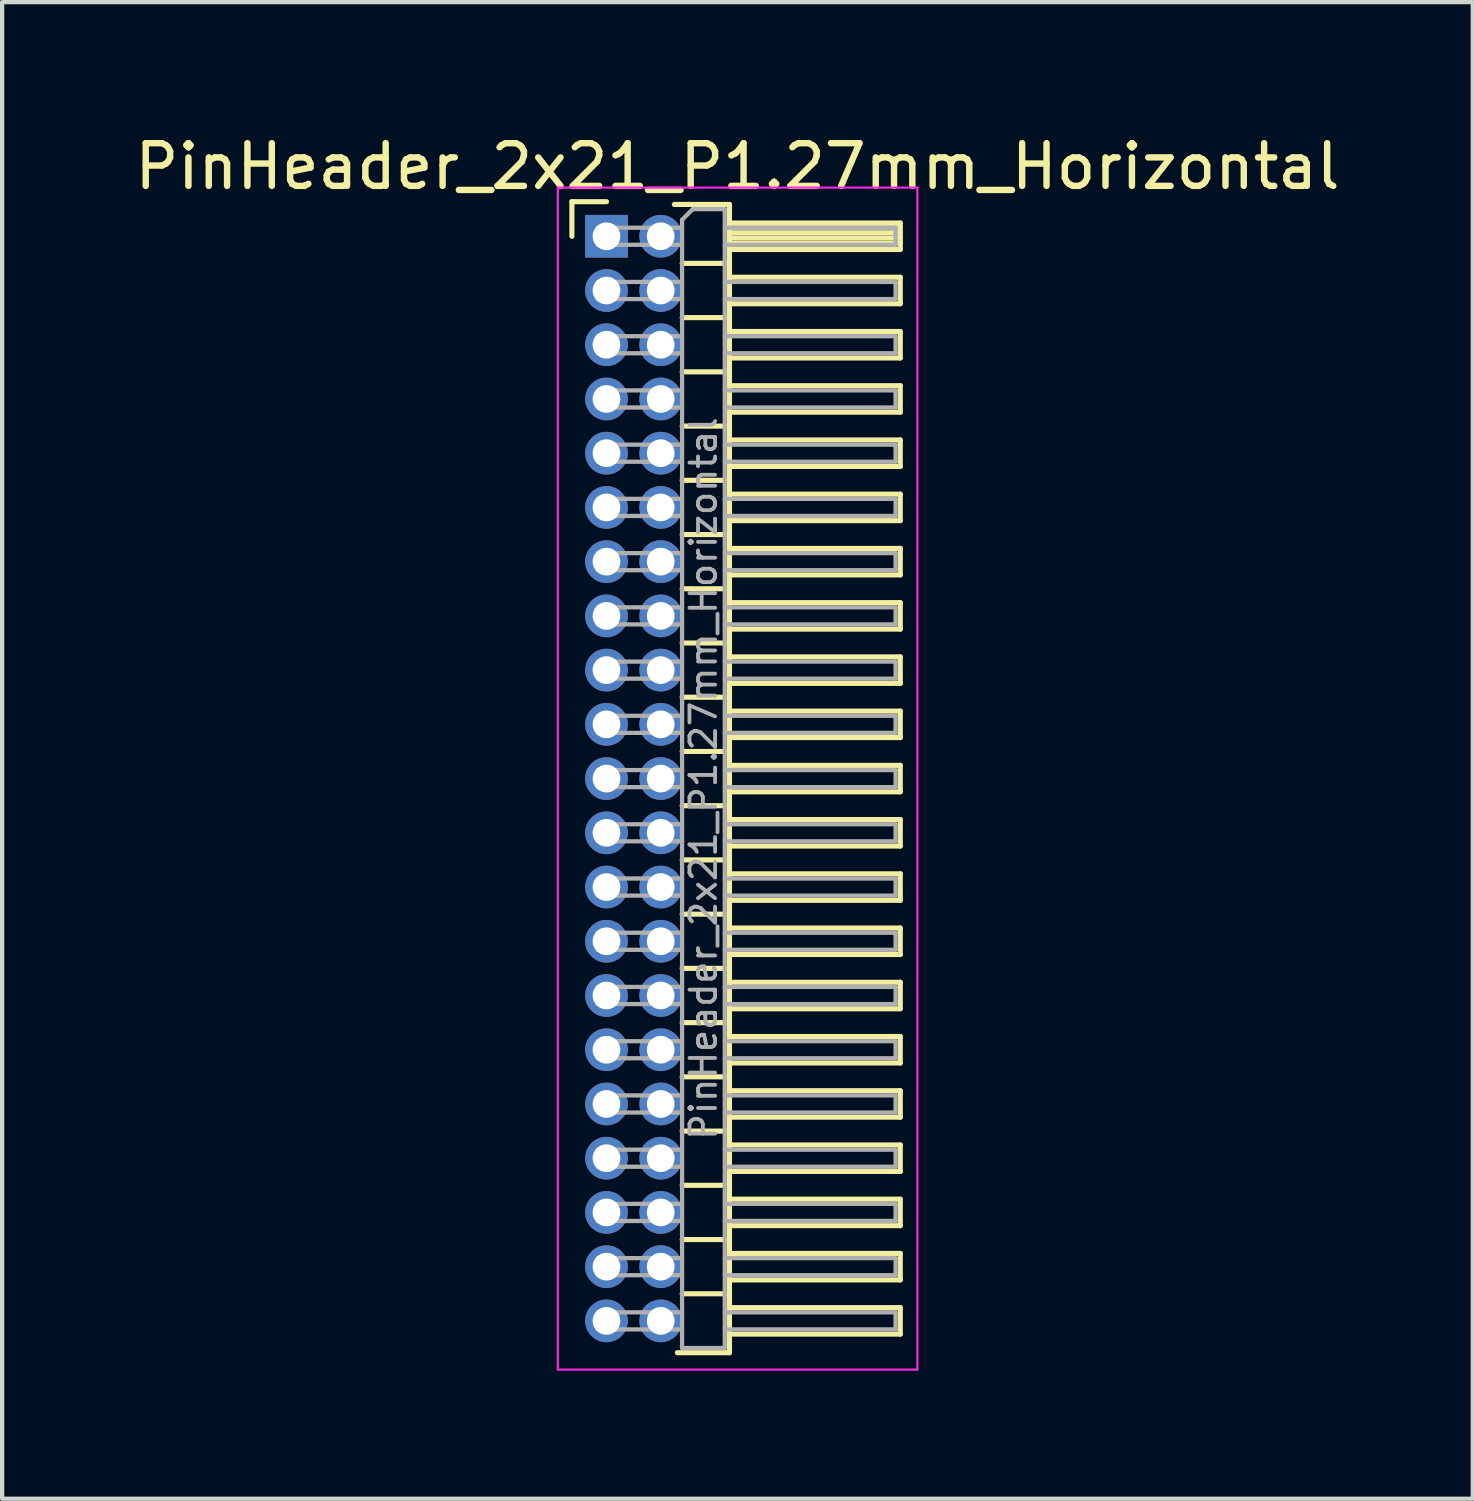
<source format=kicad_pcb>
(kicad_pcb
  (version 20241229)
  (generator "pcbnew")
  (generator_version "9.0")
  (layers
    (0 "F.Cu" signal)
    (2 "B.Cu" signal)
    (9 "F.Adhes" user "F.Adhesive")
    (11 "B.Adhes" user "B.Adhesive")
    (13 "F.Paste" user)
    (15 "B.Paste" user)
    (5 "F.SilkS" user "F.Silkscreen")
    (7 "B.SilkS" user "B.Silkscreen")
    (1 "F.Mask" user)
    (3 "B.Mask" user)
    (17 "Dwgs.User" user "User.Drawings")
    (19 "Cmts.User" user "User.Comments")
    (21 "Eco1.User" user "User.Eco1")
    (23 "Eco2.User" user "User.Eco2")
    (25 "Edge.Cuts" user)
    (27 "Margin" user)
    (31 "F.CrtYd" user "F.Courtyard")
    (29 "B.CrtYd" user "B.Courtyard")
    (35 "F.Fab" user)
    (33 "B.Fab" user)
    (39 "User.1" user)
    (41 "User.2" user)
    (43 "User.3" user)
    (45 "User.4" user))
  (footprint "PinHeader_2x21_P1.27mm_Horizontal"
    (layer "F.Cu")
    (at 11.153 2.483)
    (property "Reference" "PinHeader_2x21_P1.27mm_Horizontal" (at 3.067 -1.635 0) (layer "F.SilkS") (effects (font (size 1 1) (thickness 0.15))))
    (attr through_hole)
    (fp_line (start -0.81 -0.81) (end 0 -0.81) (stroke (width 0.12) (type solid)) (layer "F.SilkS"))
    (fp_line (start -0.81 0) (end -0.81 -0.81) (stroke (width 0.12) (type solid)) (layer "F.SilkS"))
    (fp_line (start 1.588 -0.745) (end 2.88 -0.745) (stroke (width 0.12) (type solid)) (layer "F.SilkS"))
    (fp_line (start 1.773 0.635) (end 2.88 0.635) (stroke (width 0.12) (type solid)) (layer "F.SilkS"))
    (fp_line (start 1.773 1.905) (end 2.88 1.905) (stroke (width 0.12) (type solid)) (layer "F.SilkS"))
    (fp_line (start 1.773 3.175) (end 2.88 3.175) (stroke (width 0.12) (type solid)) (layer "F.SilkS"))
    (fp_line (start 1.773 4.445) (end 2.88 4.445) (stroke (width 0.12) (type solid)) (layer "F.SilkS"))
    (fp_line (start 1.773 5.715) (end 2.88 5.715) (stroke (width 0.12) (type solid)) (layer "F.SilkS"))
    (fp_line (start 1.773 6.985) (end 2.88 6.985) (stroke (width 0.12) (type solid)) (layer "F.SilkS"))
    (fp_line (start 1.773 8.255) (end 2.88 8.255) (stroke (width 0.12) (type solid)) (layer "F.SilkS"))
    (fp_line (start 1.773 9.525) (end 2.88 9.525) (stroke (width 0.12) (type solid)) (layer "F.SilkS"))
    (fp_line (start 1.773 10.795) (end 2.88 10.795) (stroke (width 0.12) (type solid)) (layer "F.SilkS"))
    (fp_line (start 1.773 12.065) (end 2.88 12.065) (stroke (width 0.12) (type solid)) (layer "F.SilkS"))
    (fp_line (start 1.773 13.335) (end 2.88 13.335) (stroke (width 0.12) (type solid)) (layer "F.SilkS"))
    (fp_line (start 1.773 14.605) (end 2.88 14.605) (stroke (width 0.12) (type solid)) (layer "F.SilkS"))
    (fp_line (start 1.773 15.875) (end 2.88 15.875) (stroke (width 0.12) (type solid)) (layer "F.SilkS"))
    (fp_line (start 1.773 17.145) (end 2.88 17.145) (stroke (width 0.12) (type solid)) (layer "F.SilkS"))
    (fp_line (start 1.773 18.415) (end 2.88 18.415) (stroke (width 0.12) (type solid)) (layer "F.SilkS"))
    (fp_line (start 1.773 19.685) (end 2.88 19.685) (stroke (width 0.12) (type solid)) (layer "F.SilkS"))
    (fp_line (start 1.773 20.955) (end 2.88 20.955) (stroke (width 0.12) (type solid)) (layer "F.SilkS"))
    (fp_line (start 1.773 22.225) (end 2.88 22.225) (stroke (width 0.12) (type solid)) (layer "F.SilkS"))
    (fp_line (start 1.773 23.495) (end 2.88 23.495) (stroke (width 0.12) (type solid)) (layer "F.SilkS"))
    (fp_line (start 1.773 24.765) (end 2.88 24.765) (stroke (width 0.12) (type solid)) (layer "F.SilkS"))
    (fp_line (start 2.88 -0.745) (end 2.88 26.145) (stroke (width 0.12) (type solid)) (layer "F.SilkS"))
    (fp_line (start 2.88 -0.31) (end 6.88 -0.31) (stroke (width 0.12) (type solid)) (layer "F.SilkS"))
    (fp_line (start 2.88 -0.2) (end 6.88 -0.2) (stroke (width 0.12) (type solid)) (layer "F.SilkS"))
    (fp_line (start 2.88 -0.08) (end 6.88 -0.08) (stroke (width 0.12) (type solid)) (layer "F.SilkS"))
    (fp_line (start 2.88 0.04) (end 6.88 0.04) (stroke (width 0.12) (type solid)) (layer "F.SilkS"))
    (fp_line (start 2.88 0.16) (end 6.88 0.16) (stroke (width 0.12) (type solid)) (layer "F.SilkS"))
    (fp_line (start 2.88 0.96) (end 6.88 0.96) (stroke (width 0.12) (type solid)) (layer "F.SilkS"))
    (fp_line (start 2.88 2.23) (end 6.88 2.23) (stroke (width 0.12) (type solid)) (layer "F.SilkS"))
    (fp_line (start 2.88 3.5) (end 6.88 3.5) (stroke (width 0.12) (type solid)) (layer "F.SilkS"))
    (fp_line (start 2.88 4.77) (end 6.88 4.77) (stroke (width 0.12) (type solid)) (layer "F.SilkS"))
    (fp_line (start 2.88 6.04) (end 6.88 6.04) (stroke (width 0.12) (type solid)) (layer "F.SilkS"))
    (fp_line (start 2.88 7.31) (end 6.88 7.31) (stroke (width 0.12) (type solid)) (layer "F.SilkS"))
    (fp_line (start 2.88 8.58) (end 6.88 8.58) (stroke (width 0.12) (type solid)) (layer "F.SilkS"))
    (fp_line (start 2.88 9.85) (end 6.88 9.85) (stroke (width 0.12) (type solid)) (layer "F.SilkS"))
    (fp_line (start 2.88 11.12) (end 6.88 11.12) (stroke (width 0.12) (type solid)) (layer "F.SilkS"))
    (fp_line (start 2.88 12.39) (end 6.88 12.39) (stroke (width 0.12) (type solid)) (layer "F.SilkS"))
    (fp_line (start 2.88 13.66) (end 6.88 13.66) (stroke (width 0.12) (type solid)) (layer "F.SilkS"))
    (fp_line (start 2.88 14.93) (end 6.88 14.93) (stroke (width 0.12) (type solid)) (layer "F.SilkS"))
    (fp_line (start 2.88 16.2) (end 6.88 16.2) (stroke (width 0.12) (type solid)) (layer "F.SilkS"))
    (fp_line (start 2.88 17.47) (end 6.88 17.47) (stroke (width 0.12) (type solid)) (layer "F.SilkS"))
    (fp_line (start 2.88 18.74) (end 6.88 18.74) (stroke (width 0.12) (type solid)) (layer "F.SilkS"))
    (fp_line (start 2.88 20.01) (end 6.88 20.01) (stroke (width 0.12) (type solid)) (layer "F.SilkS"))
    (fp_line (start 2.88 21.28) (end 6.88 21.28) (stroke (width 0.12) (type solid)) (layer "F.SilkS"))
    (fp_line (start 2.88 22.55) (end 6.88 22.55) (stroke (width 0.12) (type solid)) (layer "F.SilkS"))
    (fp_line (start 2.88 23.82) (end 6.88 23.82) (stroke (width 0.12) (type solid)) (layer "F.SilkS"))
    (fp_line (start 2.88 25.09) (end 6.88 25.09) (stroke (width 0.12) (type solid)) (layer "F.SilkS"))
    (fp_line (start 2.88 26.145) (end 1.66 26.145) (stroke (width 0.12) (type solid)) (layer "F.SilkS"))
    (fp_line (start 6.88 -0.31) (end 6.88 0.31) (stroke (width 0.12) (type solid)) (layer "F.SilkS"))
    (fp_line (start 6.88 0.31) (end 2.88 0.31) (stroke (width 0.12) (type solid)) (layer "F.SilkS"))
    (fp_line (start 6.88 0.96) (end 6.88 1.58) (stroke (width 0.12) (type solid)) (layer "F.SilkS"))
    (fp_line (start 6.88 1.58) (end 2.88 1.58) (stroke (width 0.12) (type solid)) (layer "F.SilkS"))
    (fp_line (start 6.88 2.23) (end 6.88 2.85) (stroke (width 0.12) (type solid)) (layer "F.SilkS"))
    (fp_line (start 6.88 2.85) (end 2.88 2.85) (stroke (width 0.12) (type solid)) (layer "F.SilkS"))
    (fp_line (start 6.88 3.5) (end 6.88 4.12) (stroke (width 0.12) (type solid)) (layer "F.SilkS"))
    (fp_line (start 6.88 4.12) (end 2.88 4.12) (stroke (width 0.12) (type solid)) (layer "F.SilkS"))
    (fp_line (start 6.88 4.77) (end 6.88 5.39) (stroke (width 0.12) (type solid)) (layer "F.SilkS"))
    (fp_line (start 6.88 5.39) (end 2.88 5.39) (stroke (width 0.12) (type solid)) (layer "F.SilkS"))
    (fp_line (start 6.88 6.04) (end 6.88 6.66) (stroke (width 0.12) (type solid)) (layer "F.SilkS"))
    (fp_line (start 6.88 6.66) (end 2.88 6.66) (stroke (width 0.12) (type solid)) (layer "F.SilkS"))
    (fp_line (start 6.88 7.31) (end 6.88 7.93) (stroke (width 0.12) (type solid)) (layer "F.SilkS"))
    (fp_line (start 6.88 7.93) (end 2.88 7.93) (stroke (width 0.12) (type solid)) (layer "F.SilkS"))
    (fp_line (start 6.88 8.58) (end 6.88 9.2) (stroke (width 0.12) (type solid)) (layer "F.SilkS"))
    (fp_line (start 6.88 9.2) (end 2.88 9.2) (stroke (width 0.12) (type solid)) (layer "F.SilkS"))
    (fp_line (start 6.88 9.85) (end 6.88 10.47) (stroke (width 0.12) (type solid)) (layer "F.SilkS"))
    (fp_line (start 6.88 10.47) (end 2.88 10.47) (stroke (width 0.12) (type solid)) (layer "F.SilkS"))
    (fp_line (start 6.88 11.12) (end 6.88 11.74) (stroke (width 0.12) (type solid)) (layer "F.SilkS"))
    (fp_line (start 6.88 11.74) (end 2.88 11.74) (stroke (width 0.12) (type solid)) (layer "F.SilkS"))
    (fp_line (start 6.88 12.39) (end 6.88 13.01) (stroke (width 0.12) (type solid)) (layer "F.SilkS"))
    (fp_line (start 6.88 13.01) (end 2.88 13.01) (stroke (width 0.12) (type solid)) (layer "F.SilkS"))
    (fp_line (start 6.88 13.66) (end 6.88 14.28) (stroke (width 0.12) (type solid)) (layer "F.SilkS"))
    (fp_line (start 6.88 14.28) (end 2.88 14.28) (stroke (width 0.12) (type solid)) (layer "F.SilkS"))
    (fp_line (start 6.88 14.93) (end 6.88 15.55) (stroke (width 0.12) (type solid)) (layer "F.SilkS"))
    (fp_line (start 6.88 15.55) (end 2.88 15.55) (stroke (width 0.12) (type solid)) (layer "F.SilkS"))
    (fp_line (start 6.88 16.2) (end 6.88 16.82) (stroke (width 0.12) (type solid)) (layer "F.SilkS"))
    (fp_line (start 6.88 16.82) (end 2.88 16.82) (stroke (width 0.12) (type solid)) (layer "F.SilkS"))
    (fp_line (start 6.88 17.47) (end 6.88 18.09) (stroke (width 0.12) (type solid)) (layer "F.SilkS"))
    (fp_line (start 6.88 18.09) (end 2.88 18.09) (stroke (width 0.12) (type solid)) (layer "F.SilkS"))
    (fp_line (start 6.88 18.74) (end 6.88 19.36) (stroke (width 0.12) (type solid)) (layer "F.SilkS"))
    (fp_line (start 6.88 19.36) (end 2.88 19.36) (stroke (width 0.12) (type solid)) (layer "F.SilkS"))
    (fp_line (start 6.88 20.01) (end 6.88 20.63) (stroke (width 0.12) (type solid)) (layer "F.SilkS"))
    (fp_line (start 6.88 20.63) (end 2.88 20.63) (stroke (width 0.12) (type solid)) (layer "F.SilkS"))
    (fp_line (start 6.88 21.28) (end 6.88 21.9) (stroke (width 0.12) (type solid)) (layer "F.SilkS"))
    (fp_line (start 6.88 21.9) (end 2.88 21.9) (stroke (width 0.12) (type solid)) (layer "F.SilkS"))
    (fp_line (start 6.88 22.55) (end 6.88 23.17) (stroke (width 0.12) (type solid)) (layer "F.SilkS"))
    (fp_line (start 6.88 23.17) (end 2.88 23.17) (stroke (width 0.12) (type solid)) (layer "F.SilkS"))
    (fp_line (start 6.88 23.82) (end 6.88 24.44) (stroke (width 0.12) (type solid)) (layer "F.SilkS"))
    (fp_line (start 6.88 24.44) (end 2.88 24.44) (stroke (width 0.12) (type solid)) (layer "F.SilkS"))
    (fp_line (start 6.88 25.09) (end 6.88 25.71) (stroke (width 0.12) (type solid)) (layer "F.SilkS"))
    (fp_line (start 6.88 25.71) (end 2.88 25.71) (stroke (width 0.12) (type solid)) (layer "F.SilkS"))
    (fp_line (start -1.14 -1.14) (end -1.14 26.54) (stroke (width 0.05) (type solid)) (layer "F.CrtYd"))
    (fp_line (start -1.14 26.54) (end 7.28 26.54) (stroke (width 0.05) (type solid)) (layer "F.CrtYd"))
    (fp_line (start 7.28 -1.14) (end -1.14 -1.14) (stroke (width 0.05) (type solid)) (layer "F.CrtYd"))
    (fp_line (start 7.28 26.54) (end 7.28 -1.14) (stroke (width 0.05) (type solid)) (layer "F.CrtYd"))
    (fp_line (start -0.2 -0.2) (end -0.2 0.2) (stroke (width 0.1) (type solid)) (layer "F.Fab"))
    (fp_line (start -0.2 -0.2) (end 1.77 -0.2) (stroke (width 0.1) (type solid)) (layer "F.Fab"))
    (fp_line (start -0.2 0.2) (end 1.77 0.2) (stroke (width 0.1) (type solid)) (layer "F.Fab"))
    (fp_line (start -0.2 1.07) (end -0.2 1.47) (stroke (width 0.1) (type solid)) (layer "F.Fab"))
    (fp_line (start -0.2 1.07) (end 1.77 1.07) (stroke (width 0.1) (type solid)) (layer "F.Fab"))
    (fp_line (start -0.2 1.47) (end 1.77 1.47) (stroke (width 0.1) (type solid)) (layer "F.Fab"))
    (fp_line (start -0.2 2.34) (end -0.2 2.74) (stroke (width 0.1) (type solid)) (layer "F.Fab"))
    (fp_line (start -0.2 2.34) (end 1.77 2.34) (stroke (width 0.1) (type solid)) (layer "F.Fab"))
    (fp_line (start -0.2 2.74) (end 1.77 2.74) (stroke (width 0.1) (type solid)) (layer "F.Fab"))
    (fp_line (start -0.2 3.61) (end -0.2 4.01) (stroke (width 0.1) (type solid)) (layer "F.Fab"))
    (fp_line (start -0.2 3.61) (end 1.77 3.61) (stroke (width 0.1) (type solid)) (layer "F.Fab"))
    (fp_line (start -0.2 4.01) (end 1.77 4.01) (stroke (width 0.1) (type solid)) (layer "F.Fab"))
    (fp_line (start -0.2 4.88) (end -0.2 5.28) (stroke (width 0.1) (type solid)) (layer "F.Fab"))
    (fp_line (start -0.2 4.88) (end 1.77 4.88) (stroke (width 0.1) (type solid)) (layer "F.Fab"))
    (fp_line (start -0.2 5.28) (end 1.77 5.28) (stroke (width 0.1) (type solid)) (layer "F.Fab"))
    (fp_line (start -0.2 6.15) (end -0.2 6.55) (stroke (width 0.1) (type solid)) (layer "F.Fab"))
    (fp_line (start -0.2 6.15) (end 1.77 6.15) (stroke (width 0.1) (type solid)) (layer "F.Fab"))
    (fp_line (start -0.2 6.55) (end 1.77 6.55) (stroke (width 0.1) (type solid)) (layer "F.Fab"))
    (fp_line (start -0.2 7.42) (end -0.2 7.82) (stroke (width 0.1) (type solid)) (layer "F.Fab"))
    (fp_line (start -0.2 7.42) (end 1.77 7.42) (stroke (width 0.1) (type solid)) (layer "F.Fab"))
    (fp_line (start -0.2 7.82) (end 1.77 7.82) (stroke (width 0.1) (type solid)) (layer "F.Fab"))
    (fp_line (start -0.2 8.69) (end -0.2 9.09) (stroke (width 0.1) (type solid)) (layer "F.Fab"))
    (fp_line (start -0.2 8.69) (end 1.77 8.69) (stroke (width 0.1) (type solid)) (layer "F.Fab"))
    (fp_line (start -0.2 9.09) (end 1.77 9.09) (stroke (width 0.1) (type solid)) (layer "F.Fab"))
    (fp_line (start -0.2 9.96) (end -0.2 10.36) (stroke (width 0.1) (type solid)) (layer "F.Fab"))
    (fp_line (start -0.2 9.96) (end 1.77 9.96) (stroke (width 0.1) (type solid)) (layer "F.Fab"))
    (fp_line (start -0.2 10.36) (end 1.77 10.36) (stroke (width 0.1) (type solid)) (layer "F.Fab"))
    (fp_line (start -0.2 11.23) (end -0.2 11.63) (stroke (width 0.1) (type solid)) (layer "F.Fab"))
    (fp_line (start -0.2 11.23) (end 1.77 11.23) (stroke (width 0.1) (type solid)) (layer "F.Fab"))
    (fp_line (start -0.2 11.63) (end 1.77 11.63) (stroke (width 0.1) (type solid)) (layer "F.Fab"))
    (fp_line (start -0.2 12.5) (end -0.2 12.9) (stroke (width 0.1) (type solid)) (layer "F.Fab"))
    (fp_line (start -0.2 12.5) (end 1.77 12.5) (stroke (width 0.1) (type solid)) (layer "F.Fab"))
    (fp_line (start -0.2 12.9) (end 1.77 12.9) (stroke (width 0.1) (type solid)) (layer "F.Fab"))
    (fp_line (start -0.2 13.77) (end -0.2 14.17) (stroke (width 0.1) (type solid)) (layer "F.Fab"))
    (fp_line (start -0.2 13.77) (end 1.77 13.77) (stroke (width 0.1) (type solid)) (layer "F.Fab"))
    (fp_line (start -0.2 14.17) (end 1.77 14.17) (stroke (width 0.1) (type solid)) (layer "F.Fab"))
    (fp_line (start -0.2 15.04) (end -0.2 15.44) (stroke (width 0.1) (type solid)) (layer "F.Fab"))
    (fp_line (start -0.2 15.04) (end 1.77 15.04) (stroke (width 0.1) (type solid)) (layer "F.Fab"))
    (fp_line (start -0.2 15.44) (end 1.77 15.44) (stroke (width 0.1) (type solid)) (layer "F.Fab"))
    (fp_line (start -0.2 16.31) (end -0.2 16.71) (stroke (width 0.1) (type solid)) (layer "F.Fab"))
    (fp_line (start -0.2 16.31) (end 1.77 16.31) (stroke (width 0.1) (type solid)) (layer "F.Fab"))
    (fp_line (start -0.2 16.71) (end 1.77 16.71) (stroke (width 0.1) (type solid)) (layer "F.Fab"))
    (fp_line (start -0.2 17.58) (end -0.2 17.98) (stroke (width 0.1) (type solid)) (layer "F.Fab"))
    (fp_line (start -0.2 17.58) (end 1.77 17.58) (stroke (width 0.1) (type solid)) (layer "F.Fab"))
    (fp_line (start -0.2 17.98) (end 1.77 17.98) (stroke (width 0.1) (type solid)) (layer "F.Fab"))
    (fp_line (start -0.2 18.85) (end -0.2 19.25) (stroke (width 0.1) (type solid)) (layer "F.Fab"))
    (fp_line (start -0.2 18.85) (end 1.77 18.85) (stroke (width 0.1) (type solid)) (layer "F.Fab"))
    (fp_line (start -0.2 19.25) (end 1.77 19.25) (stroke (width 0.1) (type solid)) (layer "F.Fab"))
    (fp_line (start -0.2 20.12) (end -0.2 20.52) (stroke (width 0.1) (type solid)) (layer "F.Fab"))
    (fp_line (start -0.2 20.12) (end 1.77 20.12) (stroke (width 0.1) (type solid)) (layer "F.Fab"))
    (fp_line (start -0.2 20.52) (end 1.77 20.52) (stroke (width 0.1) (type solid)) (layer "F.Fab"))
    (fp_line (start -0.2 21.39) (end -0.2 21.79) (stroke (width 0.1) (type solid)) (layer "F.Fab"))
    (fp_line (start -0.2 21.39) (end 1.77 21.39) (stroke (width 0.1) (type solid)) (layer "F.Fab"))
    (fp_line (start -0.2 21.79) (end 1.77 21.79) (stroke (width 0.1) (type solid)) (layer "F.Fab"))
    (fp_line (start -0.2 22.66) (end -0.2 23.06) (stroke (width 0.1) (type solid)) (layer "F.Fab"))
    (fp_line (start -0.2 22.66) (end 1.77 22.66) (stroke (width 0.1) (type solid)) (layer "F.Fab"))
    (fp_line (start -0.2 23.06) (end 1.77 23.06) (stroke (width 0.1) (type solid)) (layer "F.Fab"))
    (fp_line (start -0.2 23.93) (end -0.2 24.33) (stroke (width 0.1) (type solid)) (layer "F.Fab"))
    (fp_line (start -0.2 23.93) (end 1.77 23.93) (stroke (width 0.1) (type solid)) (layer "F.Fab"))
    (fp_line (start -0.2 24.33) (end 1.77 24.33) (stroke (width 0.1) (type solid)) (layer "F.Fab"))
    (fp_line (start -0.2 25.2) (end -0.2 25.6) (stroke (width 0.1) (type solid)) (layer "F.Fab"))
    (fp_line (start -0.2 25.2) (end 1.77 25.2) (stroke (width 0.1) (type solid)) (layer "F.Fab"))
    (fp_line (start -0.2 25.6) (end 1.77 25.6) (stroke (width 0.1) (type solid)) (layer "F.Fab"))
    (fp_line (start 1.77 -0.385) (end 2.02 -0.635) (stroke (width 0.1) (type solid)) (layer "F.Fab"))
    (fp_line (start 1.77 26.035) (end 1.77 -0.385) (stroke (width 0.1) (type solid)) (layer "F.Fab"))
    (fp_line (start 2.02 -0.635) (end 2.77 -0.635) (stroke (width 0.1) (type solid)) (layer "F.Fab"))
    (fp_line (start 2.77 -0.635) (end 2.77 26.035) (stroke (width 0.1) (type solid)) (layer "F.Fab"))
    (fp_line (start 2.77 -0.2) (end 6.77 -0.2) (stroke (width 0.1) (type solid)) (layer "F.Fab"))
    (fp_line (start 2.77 0.2) (end 6.77 0.2) (stroke (width 0.1) (type solid)) (layer "F.Fab"))
    (fp_line (start 2.77 1.07) (end 6.77 1.07) (stroke (width 0.1) (type solid)) (layer "F.Fab"))
    (fp_line (start 2.77 1.47) (end 6.77 1.47) (stroke (width 0.1) (type solid)) (layer "F.Fab"))
    (fp_line (start 2.77 2.34) (end 6.77 2.34) (stroke (width 0.1) (type solid)) (layer "F.Fab"))
    (fp_line (start 2.77 2.74) (end 6.77 2.74) (stroke (width 0.1) (type solid)) (layer "F.Fab"))
    (fp_line (start 2.77 3.61) (end 6.77 3.61) (stroke (width 0.1) (type solid)) (layer "F.Fab"))
    (fp_line (start 2.77 4.01) (end 6.77 4.01) (stroke (width 0.1) (type solid)) (layer "F.Fab"))
    (fp_line (start 2.77 4.88) (end 6.77 4.88) (stroke (width 0.1) (type solid)) (layer "F.Fab"))
    (fp_line (start 2.77 5.28) (end 6.77 5.28) (stroke (width 0.1) (type solid)) (layer "F.Fab"))
    (fp_line (start 2.77 6.15) (end 6.77 6.15) (stroke (width 0.1) (type solid)) (layer "F.Fab"))
    (fp_line (start 2.77 6.55) (end 6.77 6.55) (stroke (width 0.1) (type solid)) (layer "F.Fab"))
    (fp_line (start 2.77 7.42) (end 6.77 7.42) (stroke (width 0.1) (type solid)) (layer "F.Fab"))
    (fp_line (start 2.77 7.82) (end 6.77 7.82) (stroke (width 0.1) (type solid)) (layer "F.Fab"))
    (fp_line (start 2.77 8.69) (end 6.77 8.69) (stroke (width 0.1) (type solid)) (layer "F.Fab"))
    (fp_line (start 2.77 9.09) (end 6.77 9.09) (stroke (width 0.1) (type solid)) (layer "F.Fab"))
    (fp_line (start 2.77 9.96) (end 6.77 9.96) (stroke (width 0.1) (type solid)) (layer "F.Fab"))
    (fp_line (start 2.77 10.36) (end 6.77 10.36) (stroke (width 0.1) (type solid)) (layer "F.Fab"))
    (fp_line (start 2.77 11.23) (end 6.77 11.23) (stroke (width 0.1) (type solid)) (layer "F.Fab"))
    (fp_line (start 2.77 11.63) (end 6.77 11.63) (stroke (width 0.1) (type solid)) (layer "F.Fab"))
    (fp_line (start 2.77 12.5) (end 6.77 12.5) (stroke (width 0.1) (type solid)) (layer "F.Fab"))
    (fp_line (start 2.77 12.9) (end 6.77 12.9) (stroke (width 0.1) (type solid)) (layer "F.Fab"))
    (fp_line (start 2.77 13.77) (end 6.77 13.77) (stroke (width 0.1) (type solid)) (layer "F.Fab"))
    (fp_line (start 2.77 14.17) (end 6.77 14.17) (stroke (width 0.1) (type solid)) (layer "F.Fab"))
    (fp_line (start 2.77 15.04) (end 6.77 15.04) (stroke (width 0.1) (type solid)) (layer "F.Fab"))
    (fp_line (start 2.77 15.44) (end 6.77 15.44) (stroke (width 0.1) (type solid)) (layer "F.Fab"))
    (fp_line (start 2.77 16.31) (end 6.77 16.31) (stroke (width 0.1) (type solid)) (layer "F.Fab"))
    (fp_line (start 2.77 16.71) (end 6.77 16.71) (stroke (width 0.1) (type solid)) (layer "F.Fab"))
    (fp_line (start 2.77 17.58) (end 6.77 17.58) (stroke (width 0.1) (type solid)) (layer "F.Fab"))
    (fp_line (start 2.77 17.98) (end 6.77 17.98) (stroke (width 0.1) (type solid)) (layer "F.Fab"))
    (fp_line (start 2.77 18.85) (end 6.77 18.85) (stroke (width 0.1) (type solid)) (layer "F.Fab"))
    (fp_line (start 2.77 19.25) (end 6.77 19.25) (stroke (width 0.1) (type solid)) (layer "F.Fab"))
    (fp_line (start 2.77 20.12) (end 6.77 20.12) (stroke (width 0.1) (type solid)) (layer "F.Fab"))
    (fp_line (start 2.77 20.52) (end 6.77 20.52) (stroke (width 0.1) (type solid)) (layer "F.Fab"))
    (fp_line (start 2.77 21.39) (end 6.77 21.39) (stroke (width 0.1) (type solid)) (layer "F.Fab"))
    (fp_line (start 2.77 21.79) (end 6.77 21.79) (stroke (width 0.1) (type solid)) (layer "F.Fab"))
    (fp_line (start 2.77 22.66) (end 6.77 22.66) (stroke (width 0.1) (type solid)) (layer "F.Fab"))
    (fp_line (start 2.77 23.06) (end 6.77 23.06) (stroke (width 0.1) (type solid)) (layer "F.Fab"))
    (fp_line (start 2.77 23.93) (end 6.77 23.93) (stroke (width 0.1) (type solid)) (layer "F.Fab"))
    (fp_line (start 2.77 24.33) (end 6.77 24.33) (stroke (width 0.1) (type solid)) (layer "F.Fab"))
    (fp_line (start 2.77 25.2) (end 6.77 25.2) (stroke (width 0.1) (type solid)) (layer "F.Fab"))
    (fp_line (start 2.77 25.6) (end 6.77 25.6) (stroke (width 0.1) (type solid)) (layer "F.Fab"))
    (fp_line (start 2.77 26.035) (end 1.77 26.035) (stroke (width 0.1) (type solid)) (layer "F.Fab"))
    (fp_line (start 6.77 -0.2) (end 6.77 0.2) (stroke (width 0.1) (type solid)) (layer "F.Fab"))
    (fp_line (start 6.77 1.07) (end 6.77 1.47) (stroke (width 0.1) (type solid)) (layer "F.Fab"))
    (fp_line (start 6.77 2.34) (end 6.77 2.74) (stroke (width 0.1) (type solid)) (layer "F.Fab"))
    (fp_line (start 6.77 3.61) (end 6.77 4.01) (stroke (width 0.1) (type solid)) (layer "F.Fab"))
    (fp_line (start 6.77 4.88) (end 6.77 5.28) (stroke (width 0.1) (type solid)) (layer "F.Fab"))
    (fp_line (start 6.77 6.15) (end 6.77 6.55) (stroke (width 0.1) (type solid)) (layer "F.Fab"))
    (fp_line (start 6.77 7.42) (end 6.77 7.82) (stroke (width 0.1) (type solid)) (layer "F.Fab"))
    (fp_line (start 6.77 8.69) (end 6.77 9.09) (stroke (width 0.1) (type solid)) (layer "F.Fab"))
    (fp_line (start 6.77 9.96) (end 6.77 10.36) (stroke (width 0.1) (type solid)) (layer "F.Fab"))
    (fp_line (start 6.77 11.23) (end 6.77 11.63) (stroke (width 0.1) (type solid)) (layer "F.Fab"))
    (fp_line (start 6.77 12.5) (end 6.77 12.9) (stroke (width 0.1) (type solid)) (layer "F.Fab"))
    (fp_line (start 6.77 13.77) (end 6.77 14.17) (stroke (width 0.1) (type solid)) (layer "F.Fab"))
    (fp_line (start 6.77 15.04) (end 6.77 15.44) (stroke (width 0.1) (type solid)) (layer "F.Fab"))
    (fp_line (start 6.77 16.31) (end 6.77 16.71) (stroke (width 0.1) (type solid)) (layer "F.Fab"))
    (fp_line (start 6.77 17.58) (end 6.77 17.98) (stroke (width 0.1) (type solid)) (layer "F.Fab"))
    (fp_line (start 6.77 18.85) (end 6.77 19.25) (stroke (width 0.1) (type solid)) (layer "F.Fab"))
    (fp_line (start 6.77 20.12) (end 6.77 20.52) (stroke (width 0.1) (type solid)) (layer "F.Fab"))
    (fp_line (start 6.77 21.39) (end 6.77 21.79) (stroke (width 0.1) (type solid)) (layer "F.Fab"))
    (fp_line (start 6.77 22.66) (end 6.77 23.06) (stroke (width 0.1) (type solid)) (layer "F.Fab"))
    (fp_line (start 6.77 23.93) (end 6.77 24.33) (stroke (width 0.1) (type solid)) (layer "F.Fab"))
    (fp_line (start 6.77 25.2) (end 6.77 25.6) (stroke (width 0.1) (type solid)) (layer "F.Fab"))
    (fp_text user "${REFERENCE}" (at 2.27 12.7 90) (layer "F.Fab") (effects (font (size 0.6 0.6) (thickness 0.09))))
    (pad "1" thru_hole rect (at 0 0) (size 1 1) (drill 0.65) (layers "*.Cu" "*.Mask"))
    (pad "2" thru_hole circle (at 1.27 0) (size 1 1) (drill 0.65) (layers "*.Cu" "*.Mask"))
    (pad "3" thru_hole circle (at 0 1.27) (size 1 1) (drill 0.65) (layers "*.Cu" "*.Mask"))
    (pad "4" thru_hole circle (at 1.27 1.27) (size 1 1) (drill 0.65) (layers "*.Cu" "*.Mask"))
    (pad "5" thru_hole circle (at 0 2.54) (size 1 1) (drill 0.65) (layers "*.Cu" "*.Mask"))
    (pad "6" thru_hole circle (at 1.27 2.54) (size 1 1) (drill 0.65) (layers "*.Cu" "*.Mask"))
    (pad "7" thru_hole circle (at 0 3.81) (size 1 1) (drill 0.65) (layers "*.Cu" "*.Mask"))
    (pad "8" thru_hole circle (at 1.27 3.81) (size 1 1) (drill 0.65) (layers "*.Cu" "*.Mask"))
    (pad "9" thru_hole circle (at 0 5.08) (size 1 1) (drill 0.65) (layers "*.Cu" "*.Mask"))
    (pad "10" thru_hole circle (at 1.27 5.08) (size 1 1) (drill 0.65) (layers "*.Cu" "*.Mask"))
    (pad "11" thru_hole circle (at 0 6.35) (size 1 1) (drill 0.65) (layers "*.Cu" "*.Mask"))
    (pad "12" thru_hole circle (at 1.27 6.35) (size 1 1) (drill 0.65) (layers "*.Cu" "*.Mask"))
    (pad "13" thru_hole circle (at 0 7.62) (size 1 1) (drill 0.65) (layers "*.Cu" "*.Mask"))
    (pad "14" thru_hole circle (at 1.27 7.62) (size 1 1) (drill 0.65) (layers "*.Cu" "*.Mask"))
    (pad "15" thru_hole circle (at 0 8.89) (size 1 1) (drill 0.65) (layers "*.Cu" "*.Mask"))
    (pad "16" thru_hole circle (at 1.27 8.89) (size 1 1) (drill 0.65) (layers "*.Cu" "*.Mask"))
    (pad "17" thru_hole circle (at 0 10.16) (size 1 1) (drill 0.65) (layers "*.Cu" "*.Mask"))
    (pad "18" thru_hole circle (at 1.27 10.16) (size 1 1) (drill 0.65) (layers "*.Cu" "*.Mask"))
    (pad "19" thru_hole circle (at 0 11.43) (size 1 1) (drill 0.65) (layers "*.Cu" "*.Mask"))
    (pad "20" thru_hole circle (at 1.27 11.43) (size 1 1) (drill 0.65) (layers "*.Cu" "*.Mask"))
    (pad "21" thru_hole circle (at 0 12.7) (size 1 1) (drill 0.65) (layers "*.Cu" "*.Mask"))
    (pad "22" thru_hole circle (at 1.27 12.7) (size 1 1) (drill 0.65) (layers "*.Cu" "*.Mask"))
    (pad "23" thru_hole circle (at 0 13.97) (size 1 1) (drill 0.65) (layers "*.Cu" "*.Mask"))
    (pad "24" thru_hole circle (at 1.27 13.97) (size 1 1) (drill 0.65) (layers "*.Cu" "*.Mask"))
    (pad "25" thru_hole circle (at 0 15.24) (size 1 1) (drill 0.65) (layers "*.Cu" "*.Mask"))
    (pad "26" thru_hole circle (at 1.27 15.24) (size 1 1) (drill 0.65) (layers "*.Cu" "*.Mask"))
    (pad "27" thru_hole circle (at 0 16.51) (size 1 1) (drill 0.65) (layers "*.Cu" "*.Mask"))
    (pad "28" thru_hole circle (at 1.27 16.51) (size 1 1) (drill 0.65) (layers "*.Cu" "*.Mask"))
    (pad "29" thru_hole circle (at 0 17.78) (size 1 1) (drill 0.65) (layers "*.Cu" "*.Mask"))
    (pad "30" thru_hole circle (at 1.27 17.78) (size 1 1) (drill 0.65) (layers "*.Cu" "*.Mask"))
    (pad "31" thru_hole circle (at 0 19.05) (size 1 1) (drill 0.65) (layers "*.Cu" "*.Mask"))
    (pad "32" thru_hole circle (at 1.27 19.05) (size 1 1) (drill 0.65) (layers "*.Cu" "*.Mask"))
    (pad "33" thru_hole circle (at 0 20.32) (size 1 1) (drill 0.65) (layers "*.Cu" "*.Mask"))
    (pad "34" thru_hole circle (at 1.27 20.32) (size 1 1) (drill 0.65) (layers "*.Cu" "*.Mask"))
    (pad "35" thru_hole circle (at 0 21.59) (size 1 1) (drill 0.65) (layers "*.Cu" "*.Mask"))
    (pad "36" thru_hole circle (at 1.27 21.59) (size 1 1) (drill 0.65) (layers "*.Cu" "*.Mask"))
    (pad "37" thru_hole circle (at 0 22.86) (size 1 1) (drill 0.65) (layers "*.Cu" "*.Mask"))
    (pad "38" thru_hole circle (at 1.27 22.86) (size 1 1) (drill 0.65) (layers "*.Cu" "*.Mask"))
    (pad "39" thru_hole circle (at 0 24.13) (size 1 1) (drill 0.65) (layers "*.Cu" "*.Mask"))
    (pad "40" thru_hole circle (at 1.27 24.13) (size 1 1) (drill 0.65) (layers "*.Cu" "*.Mask"))
    (pad "41" thru_hole circle (at 0 25.4) (size 1 1) (drill 0.65) (layers "*.Cu" "*.Mask"))
    (pad "42" thru_hole circle (at 1.27 25.4) (size 1 1) (drill 0.65) (layers "*.Cu" "*.Mask")))
  (gr_rect
    (start -3 -3)
    (end 31.44 32.048)
    (stroke (width 0.1) (type default))
    (fill no)
    (layer "Edge.Cuts")))
</source>
